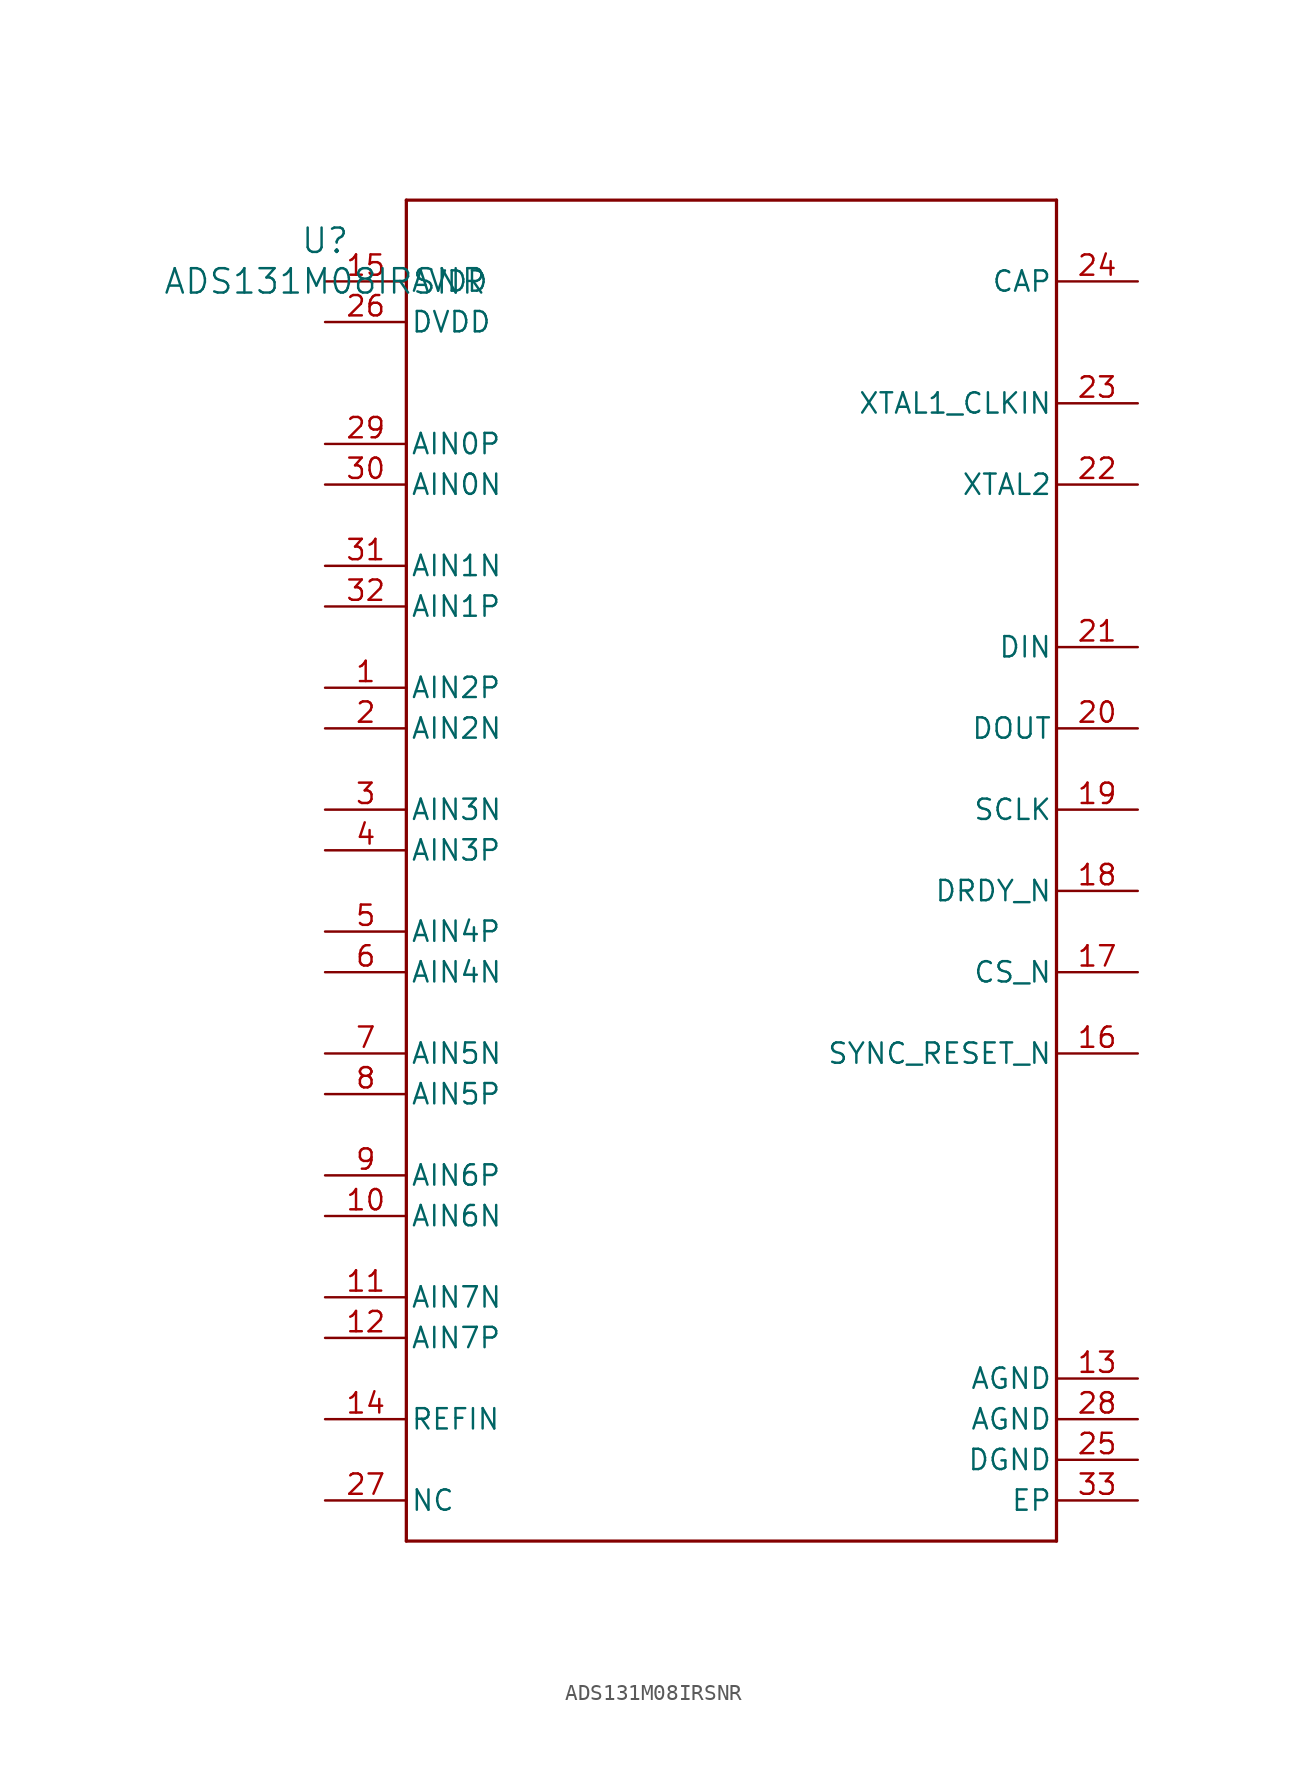
<source format=kicad_sym>
(kicad_symbol_lib
  (version 20211014)
  (generator kicad_symbol_editor)
  (symbol "ADS131M08IRSNR"
    (pin_names
      (offset 0.254))
    (property "Reference" "U"
      (at 0 2.54 0)
      (effects (font (size 1.524 1.524))))
    (property "Value" "ADS131M08IRSNR"
      (at 0 0 0)
      (effects (font (size 1.524 1.524))))
    (symbol "ADS131M08IRSNR_0_1"
      (polyline (pts (xy 5.08 -78.74) (xy 45.72 -78.74)) (stroke (width 0.203) (type default) (color 0 0 0 0)) (fill (type none)))
      (polyline (pts (xy 45.72 -78.74) (xy 45.72 5.08)) (stroke (width 0.203) (type default) (color 0 0 0 0)) (fill (type none)))
      (polyline (pts (xy 45.72 5.08) (xy 5.08 5.08)) (stroke (width 0.203) (type default) (color 0 0 0 0)) (fill (type none)))
      (polyline (pts (xy 5.08 5.08) (xy 5.08 -78.74)) (stroke (width 0.203) (type default) (color 0 0 0 0)) (fill (type none)))
      (pin unspecified line (at 0 -25.4 0) (length 5.08) (name "AIN2P" (effects (font (size 1.27 1.27)))) (number "1" (effects (font (size 1.27 1.27)))))
      (pin unspecified line (at 0 -27.94 0) (length 5.08) (name "AIN2N" (effects (font (size 1.27 1.27)))) (number "2" (effects (font (size 1.27 1.27)))))
      (pin unspecified line (at 0 -33.02 0) (length 5.08) (name "AIN3N" (effects (font (size 1.27 1.27)))) (number "3" (effects (font (size 1.27 1.27)))))
      (pin unspecified line (at 0 -35.56 0) (length 5.08) (name "AIN3P" (effects (font (size 1.27 1.27)))) (number "4" (effects (font (size 1.27 1.27)))))
      (pin unspecified line (at 0 -40.64 0) (length 5.08) (name "AIN4P" (effects (font (size 1.27 1.27)))) (number "5" (effects (font (size 1.27 1.27)))))
      (pin unspecified line (at 0 -43.18 0) (length 5.08) (name "AIN4N" (effects (font (size 1.27 1.27)))) (number "6" (effects (font (size 1.27 1.27)))))
      (pin unspecified line (at 0 -48.26 0) (length 5.08) (name "AIN5N" (effects (font (size 1.27 1.27)))) (number "7" (effects (font (size 1.27 1.27)))))
      (pin unspecified line (at 0 -50.8 0) (length 5.08) (name "AIN5P" (effects (font (size 1.27 1.27)))) (number "8" (effects (font (size 1.27 1.27)))))
      (pin unspecified line (at 0 -55.88 0) (length 5.08) (name "AIN6P" (effects (font (size 1.27 1.27)))) (number "9" (effects (font (size 1.27 1.27)))))
      (pin unspecified line (at 0 -58.42 0) (length 5.08) (name "AIN6N" (effects (font (size 1.27 1.27)))) (number "10" (effects (font (size 1.27 1.27)))))
      (pin unspecified line (at 0 -63.5 0) (length 5.08) (name "AIN7N" (effects (font (size 1.27 1.27)))) (number "11" (effects (font (size 1.27 1.27)))))
      (pin unspecified line (at 0 -66.04 0) (length 5.08) (name "AIN7P" (effects (font (size 1.27 1.27)))) (number "12" (effects (font (size 1.27 1.27)))))
      (pin unspecified line (at 50.8 -68.58 180) (length 5.08) (name "AGND" (effects (font (size 1.27 1.27)))) (number "13" (effects (font (size 1.27 1.27)))))
      (pin unspecified line (at 0 -71.12 0) (length 5.08) (name "REFIN" (effects (font (size 1.27 1.27)))) (number "14" (effects (font (size 1.27 1.27)))))
      (pin power_in line (at 0 0 0) (length 5.08) (name "AVDD" (effects (font (size 1.27 1.27)))) (number "15" (effects (font (size 1.27 1.27)))))
      (pin input line (at 50.8 -48.26 180) (length 5.08) (name "SYNC_RESET_N" (effects (font (size 1.27 1.27)))) (number "16" (effects (font (size 1.27 1.27)))))
      (pin input line (at 50.8 -43.18 180) (length 5.08) (name "CS_N" (effects (font (size 1.27 1.27)))) (number "17" (effects (font (size 1.27 1.27)))))
      (pin output line (at 50.8 -38.1 180) (length 5.08) (name "DRDY_N" (effects (font (size 1.27 1.27)))) (number "18" (effects (font (size 1.27 1.27)))))
      (pin input line (at 50.8 -33.02 180) (length 5.08) (name "SCLK" (effects (font (size 1.27 1.27)))) (number "19" (effects (font (size 1.27 1.27)))))
      (pin output line (at 50.8 -27.94 180) (length 5.08) (name "DOUT" (effects (font (size 1.27 1.27)))) (number "20" (effects (font (size 1.27 1.27)))))
      (pin input line (at 50.8 -22.86 180) (length 5.08) (name "DIN" (effects (font (size 1.27 1.27)))) (number "21" (effects (font (size 1.27 1.27)))))
      (pin input line (at 50.8 -12.7 180) (length 5.08) (name "XTAL2" (effects (font (size 1.27 1.27)))) (number "22" (effects (font (size 1.27 1.27)))))
      (pin output line (at 50.8 -7.62 180) (length 5.08) (name "XTAL1_CLKIN" (effects (font (size 1.27 1.27)))) (number "23" (effects (font (size 1.27 1.27)))))
      (pin unspecified line (at 50.8 0 180) (length 5.08) (name "CAP" (effects (font (size 1.27 1.27)))) (number "24" (effects (font (size 1.27 1.27)))))
      (pin power_in line (at 50.8 -73.66 180) (length 5.08) (name "DGND" (effects (font (size 1.27 1.27)))) (number "25" (effects (font (size 1.27 1.27)))))
      (pin power_in line (at 0 -2.54 0) (length 5.08) (name "DVDD" (effects (font (size 1.27 1.27)))) (number "26" (effects (font (size 1.27 1.27)))))
      (pin unspecified line (at 0 -76.2 0) (length 5.08) (name "NC" (effects (font (size 1.27 1.27)))) (number "27" (effects (font (size 1.27 1.27)))))
      (pin power_in line (at 50.8 -71.12 180) (length 5.08) (name "AGND" (effects (font (size 1.27 1.27)))) (number "28" (effects (font (size 1.27 1.27)))))
      (pin unspecified line (at 0 -10.16 0) (length 5.08) (name "AIN0P" (effects (font (size 1.27 1.27)))) (number "29" (effects (font (size 1.27 1.27)))))
      (pin unspecified line (at 0 -12.7 0) (length 5.08) (name "AIN0N" (effects (font (size 1.27 1.27)))) (number "30" (effects (font (size 1.27 1.27)))))
      (pin unspecified line (at 0 -17.78 0) (length 5.08) (name "AIN1N" (effects (font (size 1.27 1.27)))) (number "31" (effects (font (size 1.27 1.27)))))
      (pin unspecified line (at 0 -20.32 0) (length 5.08) (name "AIN1P" (effects (font (size 1.27 1.27)))) (number "32" (effects (font (size 1.27 1.27)))))
      (pin unspecified line (at 50.8 -76.2 180) (length 5.08) (name "EP" (effects (font (size 1.27 1.27)))) (number "33" (effects (font (size 1.27 1.27))))))))
</source>
